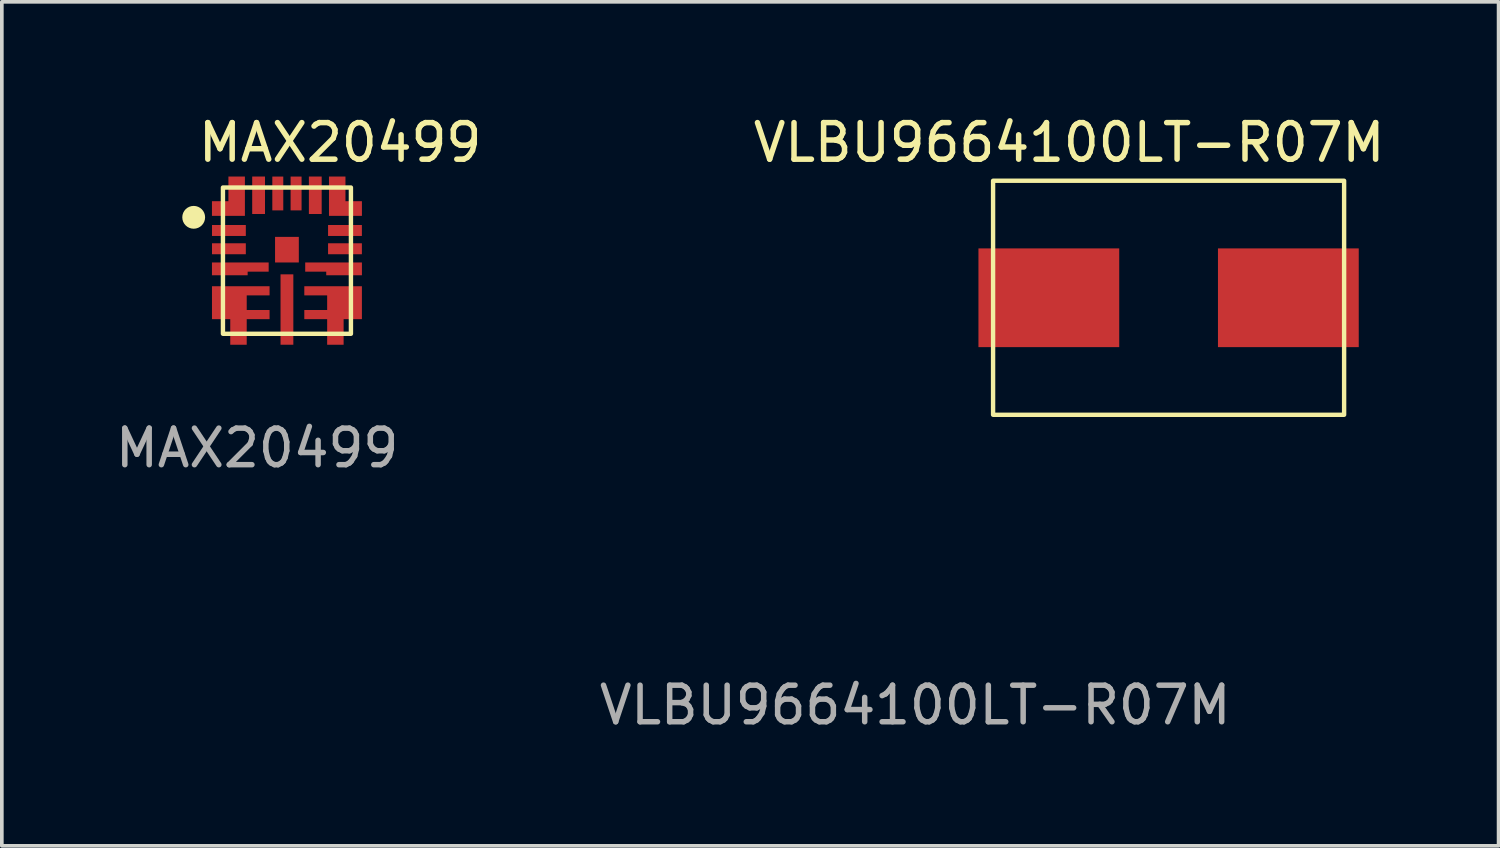
<source format=kicad_pcb>
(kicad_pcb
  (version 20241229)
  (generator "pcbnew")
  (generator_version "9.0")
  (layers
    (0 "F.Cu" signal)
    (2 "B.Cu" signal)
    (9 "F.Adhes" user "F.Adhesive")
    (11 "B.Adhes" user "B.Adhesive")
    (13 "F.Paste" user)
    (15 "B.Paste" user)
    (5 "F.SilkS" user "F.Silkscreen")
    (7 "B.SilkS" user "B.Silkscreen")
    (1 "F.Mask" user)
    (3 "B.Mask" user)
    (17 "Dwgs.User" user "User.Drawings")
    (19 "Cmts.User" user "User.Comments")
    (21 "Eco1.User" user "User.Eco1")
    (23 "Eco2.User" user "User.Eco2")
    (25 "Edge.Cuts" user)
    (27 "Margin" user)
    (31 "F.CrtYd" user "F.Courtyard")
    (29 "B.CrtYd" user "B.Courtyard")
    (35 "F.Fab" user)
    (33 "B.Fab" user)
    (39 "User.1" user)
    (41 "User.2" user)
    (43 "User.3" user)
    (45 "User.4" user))
  (footprint "VLBU9664100LT-R07M"
    (layer "F.Cu")
    (at 28.908 5.093)
    (property "Reference" "VLBU9664100LT-R07M" (at -2.72 -4.245 0) (unlocked yes) (layer "F.SilkS") (effects (font (size 1 1) (thickness 0.15))))
    (attr smd)
    (fp_rect (start -4.8 -3.2) (end 4.8 3.2) (stroke (width 0.12) (type solid)) (fill no) (layer "F.SilkS"))
    (fp_text user "${REFERENCE}" (at -6.93 11.14 0) (unlocked yes) (layer "F.Fab") (effects (font (size 1 1) (thickness 0.15))))
    (pad "1" smd rect (at -3.275 0) (size 3.85 2.7) (layers "F.Cu" "F.Mask" "F.Paste"))
    (pad "2" smd rect (at 3.275 0) (size 3.85 2.7) (layers "F.Cu" "F.Mask" "F.Paste")))
  (footprint "MAX20499"
    (layer "F.Cu")
    (at 4.797 4.078)
    (property "Reference" "MAX20499" (at 1.455 -3.23 0) (unlocked yes) (layer "F.SilkS") (effects (font (size 1 1) (thickness 0.15))))
    (attr smd)
    (fp_rect (start -1.75 -2) (end 1.75 2) (stroke (width 0.12) (type solid)) (fill no) (layer "F.SilkS"))
    (fp_circle (center -2.55 -1.185) (end -2.298 -1.185) (stroke (width 0.12) (type solid)) (fill yes) (layer "F.SilkS"))
    (fp_text user "${REFERENCE}" (at -0.815 5.125 0) (unlocked yes) (layer "F.Fab") (effects (font (size 1 1) (thickness 0.15))))
    (pad "1" smd rect (at -1.587 -0.825 90) (size 0.3 0.925) (layers "F.Cu" "F.Mask" "F.Paste"))
    (pad "3" smd rect (at -1.587 -0.325 90) (size 0.3 0.925) (layers "F.Cu" "F.Mask" "F.Paste"))
    (pad "4" smd custom (at -2.05 0.05) (size 0.001 0.001) (layers "F.Cu" "F.Mask" "F.Paste") (options (anchor rect)) (primitives (gr_poly (pts (xy 1.55 0.25) (xy 0.975 0.25) (xy 0.975 0.35) (xy 0 0.35) (xy 0 0) (xy 1.55 0)) (width 0.001) (fill yes))))
    (pad "5" smd custom (at -2.05 0.7) (size 0.001 0.001) (layers "F.Cu" "F.Mask" "F.Paste") (options (anchor rect)) (primitives (gr_poly (pts (xy 1.575 0.25) (xy 0.95 0.25) (xy 0.95 0.65) (xy 1.575 0.65) (xy 1.575 0.9) (xy 0.95 0.9) (xy 0.95 1.6) (xy 0.5 1.6) (xy 0.5 0.9) (xy 0 0.9) (xy 0 0) (xy 1.575 0)) (width 0.0001) (fill yes))))
    (pad "6" smd rect (at 0 1.337 180) (size 0.35 1.925) (layers "F.Cu" "F.Mask" "F.Paste"))
    (pad "7" smd custom (at 2.05 0.7) (size 0.001 0.001) (layers "F.Cu" "F.Mask" "F.Paste") (options (anchor rect)) (primitives (gr_poly (pts (xy 0 0.9) (xy -0.5 0.9) (xy -0.5 1.6) (xy -0.95 1.6) (xy -0.95 0.9) (xy -1.575 0.9) (xy -1.575 0.65) (xy -0.95 0.65) (xy -0.95 0.25) (xy -1.575 0.25) (xy -1.575 0) (xy 0 0)) (width 0.0001) (fill yes))))
    (pad "9" smd custom (at 2.05 0.05) (size 0.001 0.001) (layers "F.Cu" "F.Mask" "F.Paste") (options (anchor rect)) (primitives (gr_poly (pts (xy 0 0.35) (xy -0.975 0.35) (xy -0.975 0.25) (xy -1.55 0.25) (xy -1.55 0) (xy 0 0)) (width 0.001) (fill yes))))
    (pad "10" smd rect (at 1.587 -0.325 90) (size 0.3 0.925) (layers "F.Cu" "F.Mask" "F.Paste"))
    (pad "11" smd rect (at 1.587 -0.825 90) (size 0.3 0.925) (layers "F.Cu" "F.Mask" "F.Paste"))
    (pad "12" smd custom (at 1.15 -1.225) (size 0.001 0.001) (layers "F.Cu" "F.Mask" "F.Paste") (options (anchor rect)) (primitives (gr_poly (pts (xy 0.45 -0.4) (xy 0.9 -0.4) (xy 0.9 0) (xy 0 0) (xy 0 -1.075) (xy 0.45 -1.075)) (width 0.001) (fill yes))))
    (pad "13" smd rect (at 0.775 -1.788) (size 0.35 1.025) (layers "F.Cu" "F.Mask" "F.Paste"))
    (pad "14" smd rect (at 0.25 -1.837) (size 0.3 0.925) (layers "F.Cu" "F.Mask" "F.Paste"))
    (pad "15" smd rect (at -0.25 -1.837) (size 0.3 0.925) (layers "F.Cu" "F.Mask" "F.Paste"))
    (pad "16" smd rect (at -0.775 -1.788) (size 0.35 1.025) (layers "F.Cu" "F.Mask" "F.Paste"))
    (pad "17" smd custom (at -1.15 -1.225) (size 0.001 0.001) (layers "F.Cu" "F.Mask" "F.Paste") (options (anchor rect)) (primitives (gr_poly (pts (xy 0 0) (xy -0.9 0) (xy -0.9 -0.4) (xy -0.45 -0.4) (xy -0.45 -1.075) (xy 0 -1.075)) (width 0.001) (fill yes))))
    (pad "EP" smd rect (at 0 -0.3 90) (size 0.7 0.65) (layers "F.Cu" "F.Mask" "F.Paste")))
  (gr_rect
    (start -3 -3)
    (end 37.932 20.081)
    (stroke (width 0.1) (type default))
    (fill no)
    (layer "Edge.Cuts")))
</source>
